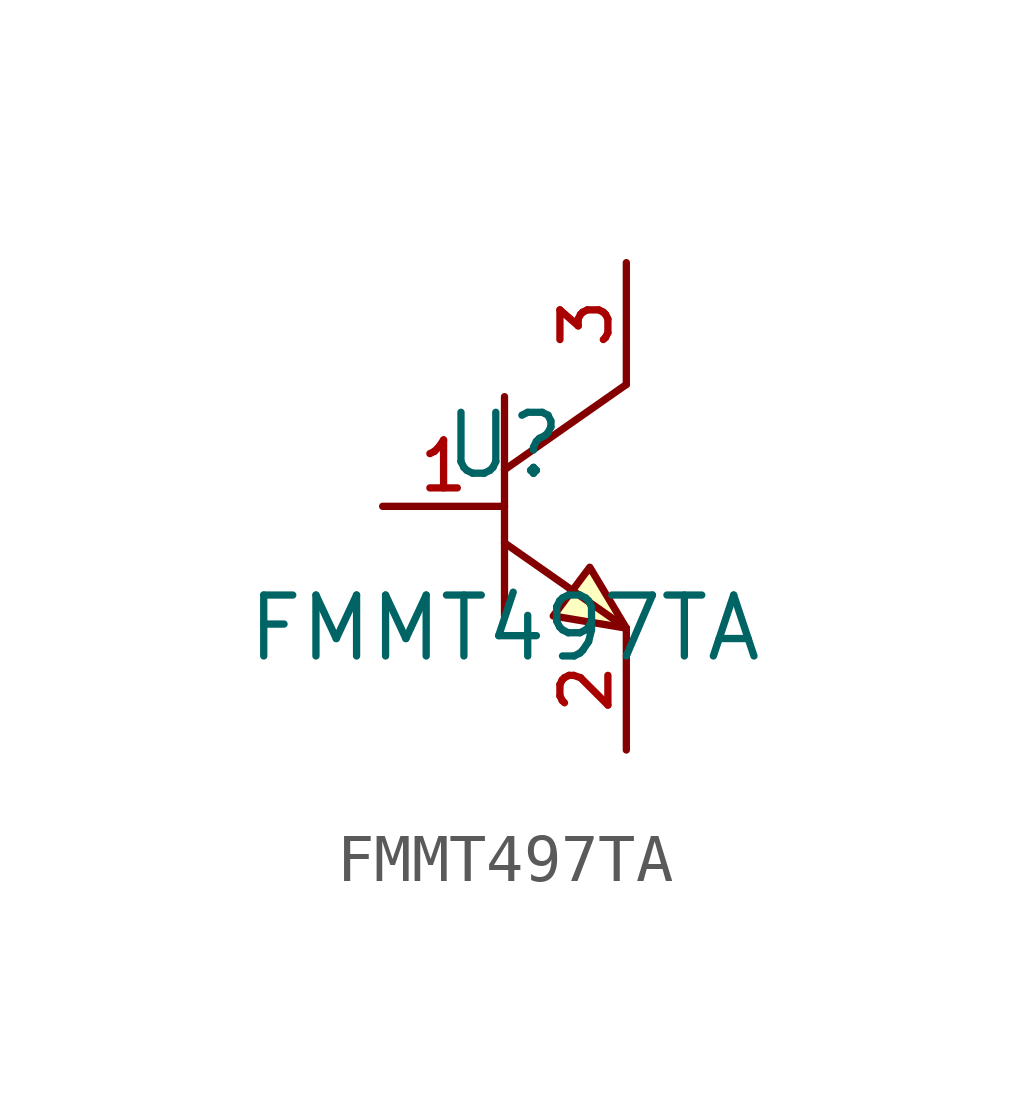
<source format=kicad_sym>
(kicad_symbol_lib
  (version 20210201)
  (generator TousstNicolas/JLC2KiCad_lib)
  (symbol "FMMT497TA"
    (pin_names hide)
    (property "Reference" "U"
      (at 0 1.27 0)
      (effects (font (size 1.27 1.27))))
    (property "Value" "FMMT497TA"
      (at 0 -2.54 0)
      (effects (font (size 1.27 1.27))))
    (symbol "FMMT497TA_0_1"
      (pin unspecified line (at 2.54 5.08 270) (length 2.54) (name "C" (effects (font (size 1 1)))) (number "3" (effects (font (size 1 1)))))
      (pin unspecified line (at -2.54 -0.0 0) (length 2.54) (name "B" (effects (font (size 1 1)))) (number "1" (effects (font (size 1 1)))))
      (pin unspecified line (at 2.54 -5.08 90) (length 2.54) (name "E" (effects (font (size 1 1)))) (number "2" (effects (font (size 1 1)))))
      (polyline (pts (xy 2.54 2.54) (xy 0.0 0.762)) (stroke (width 0) (type default) (color 0 0 0 0)) (fill (type none)))
      (polyline (pts (xy 0.0 -0.762) (xy 2.54 -2.54)) (stroke (width 0) (type default) (color 0 0 0 0)) (fill (type none)))
      (polyline (pts (xy 0.0 2.286) (xy 0.0 -2.286)) (stroke (width 0) (type default) (color 0 0 0 0)) (fill (type none)))
      (polyline (pts (xy 2.54 -2.54) (xy 1.778 -1.27) (xy 1.016 -2.286) (xy 2.54 -2.54)) (stroke (width 0) (type default) (color 0 0 0 0)) (fill (type background))))))
</source>
